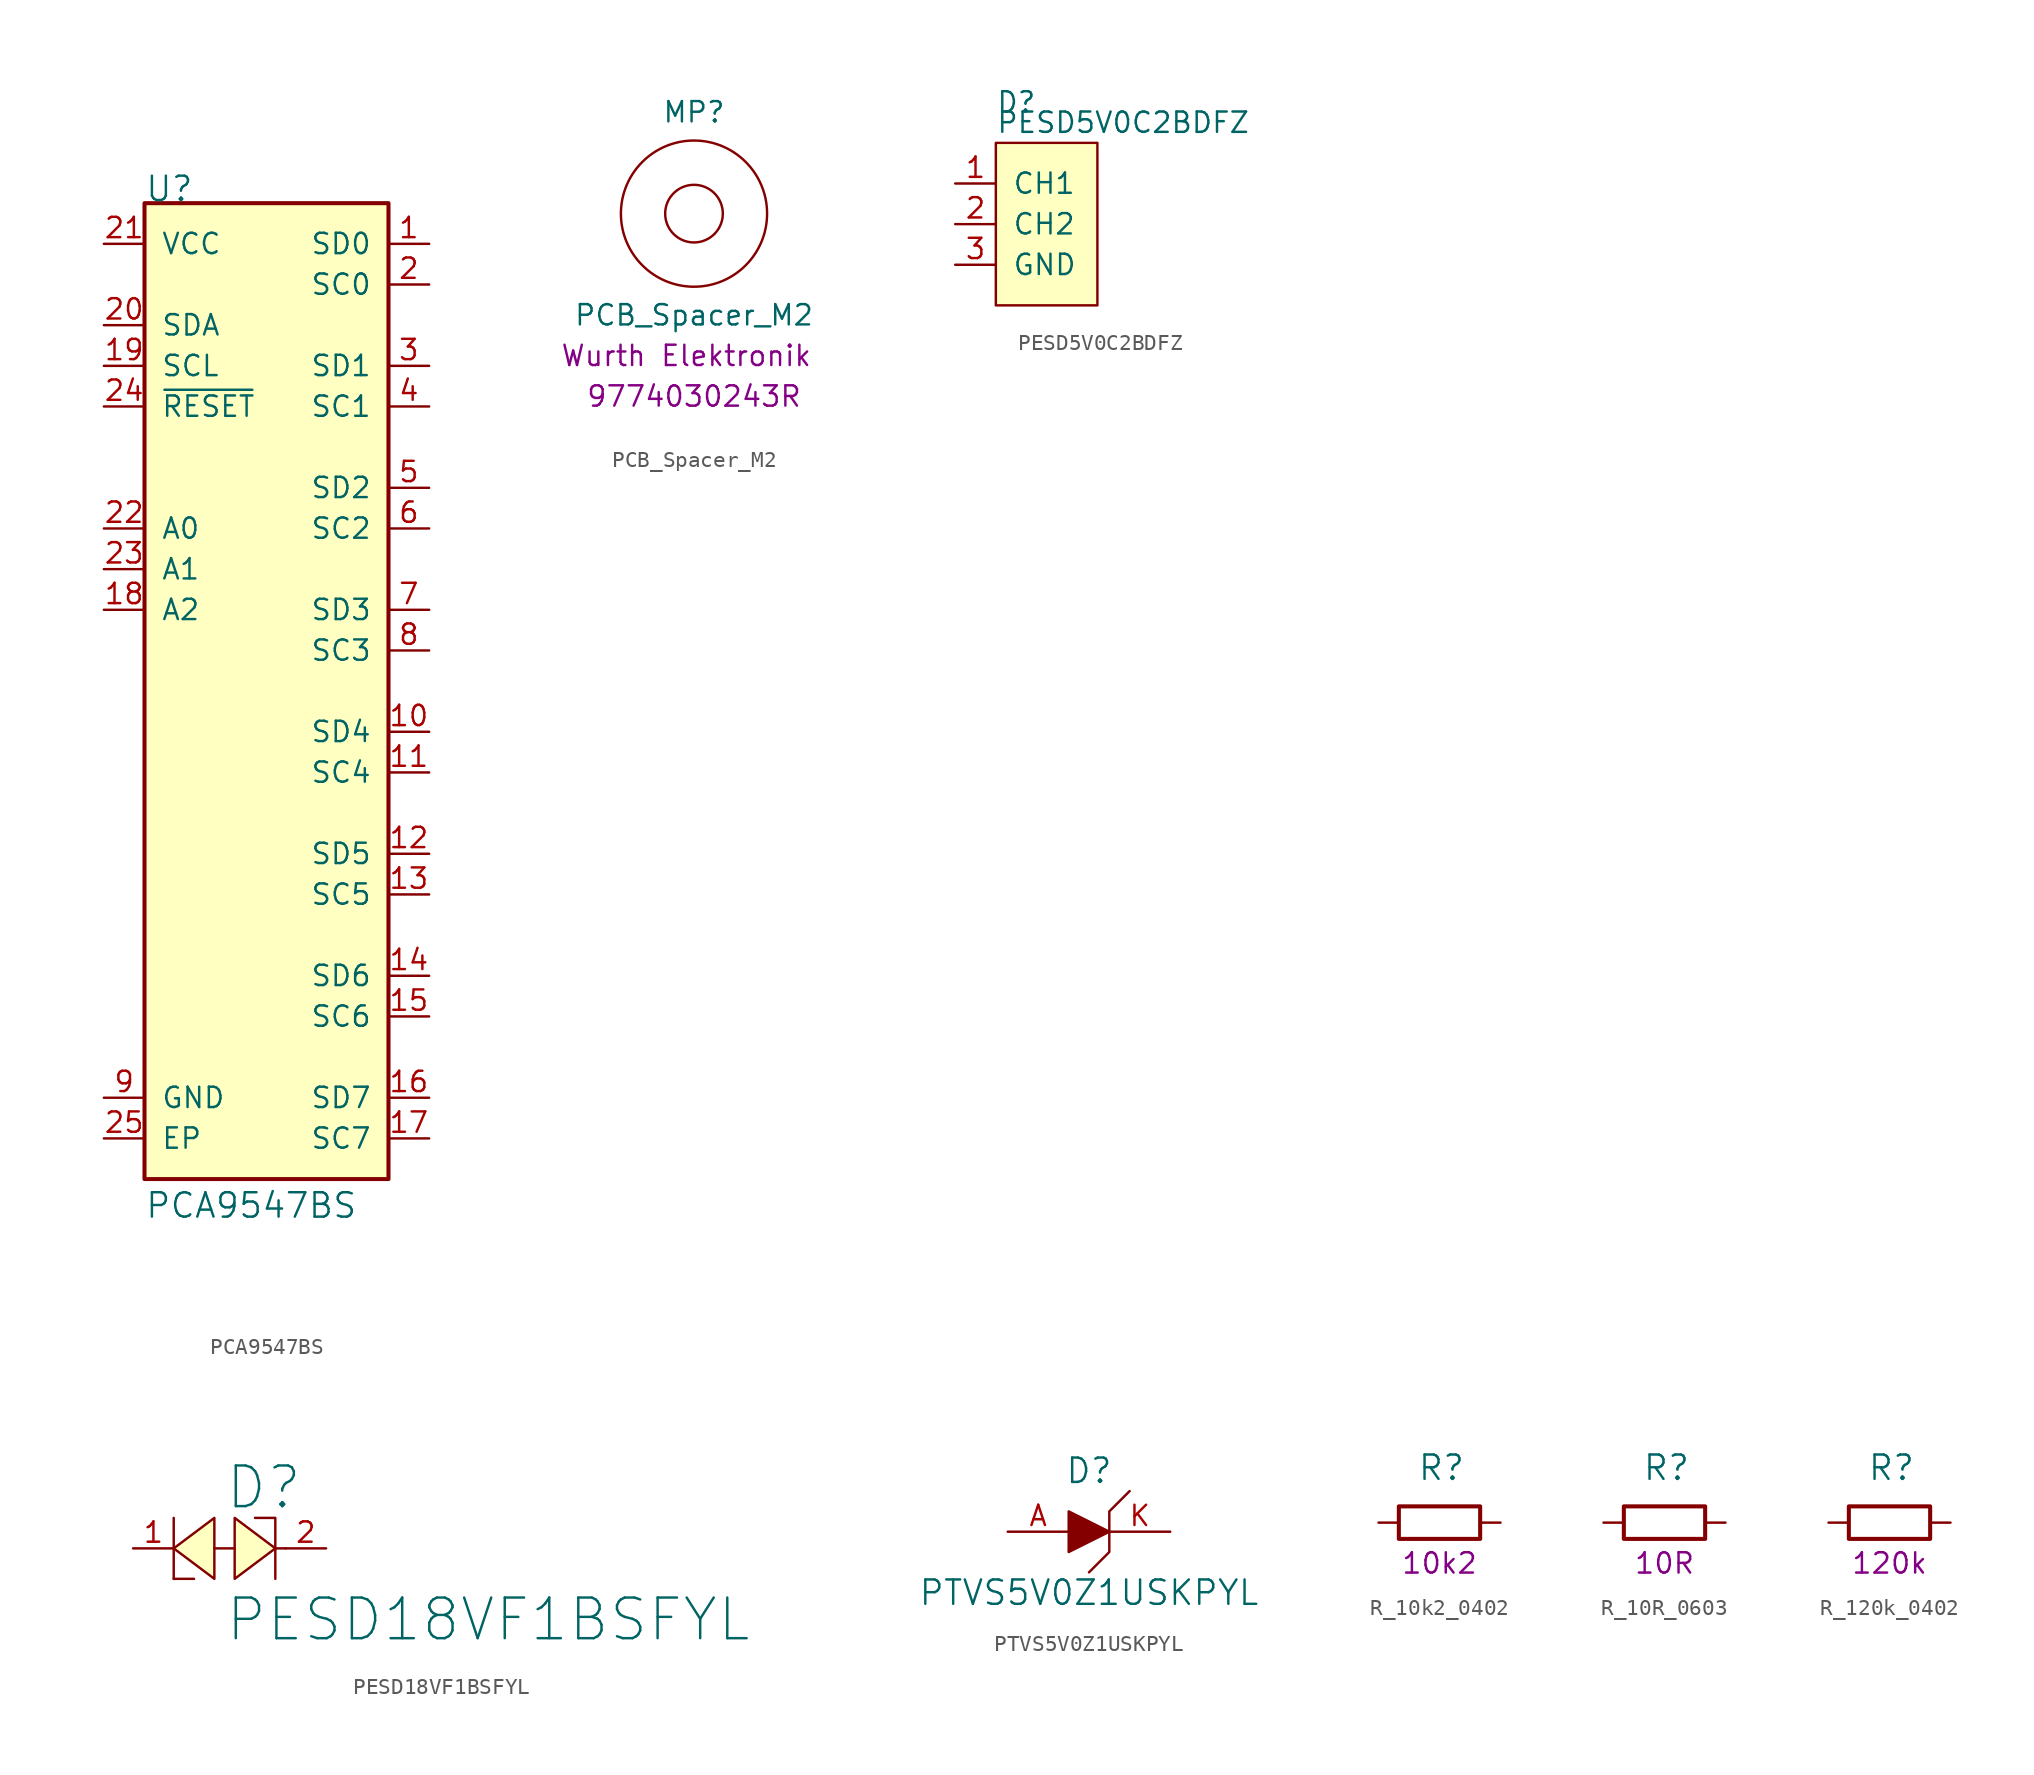
<source format=kicad_sym>
(kicad_symbol_lib
  (version 20211014)
  (generator kicad_symbol_editor)
  (symbol "PCA9547BS"
    (pin_names
      (offset 1.016))
    (property "Reference" "U"
      (at -10.16 30.48 0)
      (effects (font (size 1.524 1.524)) (justify left bottom)))
    (property "Value" "PCA9547BS"
      (at -10.16 -33.02 0)
      (effects (font (size 1.524 1.524)) (justify left bottom)))
    (symbol "PCA9547BS_0_1"
      (rectangle (start 5.08 -30.48) (end -10.16 30.48) (stroke (width 0.254) (type default) (color 0 0 0 0)) (fill (type background)))
      (pin bidirectional line (at 7.62 27.94 180) (length 2.54) (name "SD0" (effects (font (size 1.27 1.27)))) (number "1" (effects (font (size 1.27 1.27)))))
      (pin bidirectional line (at 7.62 -2.54 180) (length 2.54) (name "SD4" (effects (font (size 1.27 1.27)))) (number "10" (effects (font (size 1.27 1.27)))))
      (pin bidirectional line (at 7.62 -5.08 180) (length 2.54) (name "SC4" (effects (font (size 1.27 1.27)))) (number "11" (effects (font (size 1.27 1.27)))))
      (pin bidirectional line (at 7.62 -10.16 180) (length 2.54) (name "SD5" (effects (font (size 1.27 1.27)))) (number "12" (effects (font (size 1.27 1.27)))))
      (pin bidirectional line (at 7.62 -12.7 180) (length 2.54) (name "SC5" (effects (font (size 1.27 1.27)))) (number "13" (effects (font (size 1.27 1.27)))))
      (pin bidirectional line (at 7.62 -17.78 180) (length 2.54) (name "SD6" (effects (font (size 1.27 1.27)))) (number "14" (effects (font (size 1.27 1.27)))))
      (pin bidirectional line (at 7.62 -20.32 180) (length 2.54) (name "SC6" (effects (font (size 1.27 1.27)))) (number "15" (effects (font (size 1.27 1.27)))))
      (pin bidirectional line (at 7.62 -25.4 180) (length 2.54) (name "SD7" (effects (font (size 1.27 1.27)))) (number "16" (effects (font (size 1.27 1.27)))))
      (pin bidirectional line (at 7.62 -27.94 180) (length 2.54) (name "SC7" (effects (font (size 1.27 1.27)))) (number "17" (effects (font (size 1.27 1.27)))))
      (pin input line (at -12.7 5.08 0) (length 2.54) (name "A2" (effects (font (size 1.27 1.27)))) (number "18" (effects (font (size 1.27 1.27)))))
      (pin bidirectional line (at -12.7 20.32 0) (length 2.54) (name "SCL" (effects (font (size 1.27 1.27)))) (number "19" (effects (font (size 1.27 1.27)))))
      (pin bidirectional line (at 7.62 25.4 180) (length 2.54) (name "SC0" (effects (font (size 1.27 1.27)))) (number "2" (effects (font (size 1.27 1.27)))))
      (pin bidirectional line (at -12.7 22.86 0) (length 2.54) (name "SDA" (effects (font (size 1.27 1.27)))) (number "20" (effects (font (size 1.27 1.27)))))
      (pin power_in line (at -12.7 27.94 0) (length 2.54) (name "VCC" (effects (font (size 1.27 1.27)))) (number "21" (effects (font (size 1.27 1.27)))))
      (pin input line (at -12.7 10.16 0) (length 2.54) (name "A0" (effects (font (size 1.27 1.27)))) (number "22" (effects (font (size 1.27 1.27)))))
      (pin input line (at -12.7 7.62 0) (length 2.54) (name "A1" (effects (font (size 1.27 1.27)))) (number "23" (effects (font (size 1.27 1.27)))))
      (pin input line (at -12.7 17.78 0) (length 2.54) (name "~{RESET}" (effects (font (size 1.27 1.27)))) (number "24" (effects (font (size 1.27 1.27)))))
      (pin bidirectional line (at 7.62 20.32 180) (length 2.54) (name "SD1" (effects (font (size 1.27 1.27)))) (number "3" (effects (font (size 1.27 1.27)))))
      (pin bidirectional line (at 7.62 17.78 180) (length 2.54) (name "SC1" (effects (font (size 1.27 1.27)))) (number "4" (effects (font (size 1.27 1.27)))))
      (pin bidirectional line (at 7.62 12.7 180) (length 2.54) (name "SD2" (effects (font (size 1.27 1.27)))) (number "5" (effects (font (size 1.27 1.27)))))
      (pin bidirectional line (at 7.62 10.16 180) (length 2.54) (name "SC2" (effects (font (size 1.27 1.27)))) (number "6" (effects (font (size 1.27 1.27)))))
      (pin bidirectional line (at 7.62 5.08 180) (length 2.54) (name "SD3" (effects (font (size 1.27 1.27)))) (number "7" (effects (font (size 1.27 1.27)))))
      (pin bidirectional line (at 7.62 2.54 180) (length 2.54) (name "SC3" (effects (font (size 1.27 1.27)))) (number "8" (effects (font (size 1.27 1.27)))))
      (pin power_in line (at -12.7 -25.4 0) (length 2.54) (name "GND" (effects (font (size 1.27 1.27)))) (number "9" (effects (font (size 1.27 1.27))))))
    (symbol "PCA9547BS_1_1"
      (pin input line (at -12.7 -27.94 0) (length 2.54) (name "EP" (effects (font (size 1.27 1.27)))) (number "25" (effects (font (size 1.27 1.27)))))))
  (symbol "PCB_Spacer_M2"
    (pin_names
      (offset 1.016))
    (property "Reference" "MP"
      (at 0 6.35 0)
      (effects (font (size 1.27 1.27))))
    (property "Value" "PCB_Spacer_M2"
      (at 0 -6.35 0)
      (effects (font (size 1.27 1.27))))
    (property "MPN" "9774030243R"
      (at 0 -11.43 0)
      (effects (font (size 1.27 1.27))))
    (property "Manufacturer" "Wurth Elektronik "
      (at 0 -8.89 0)
      (effects (font (size 1.27 1.27))))
    (symbol "PCB_Spacer_M2_0_1"
      (circle (center 0 0) (radius 1.803) (stroke (width 0) (type default) (color 0 0 0 0)) (fill (type none)))
      (circle (center 0 0) (radius 4.572) (stroke (width 0) (type default) (color 0 0 0 0)) (fill (type none)))))
  (symbol "PESD5V0C2BDFZ"
    (pin_names
      (offset 1.016))
    (property "Reference" "D"
      (at -2.54 7.62 0)
      (effects (font (size 1.27 1.27)) (justify left)))
    (property "Value" "PESD5V0C2BDFZ"
      (at -2.54 6.35 0)
      (effects (font (size 1.27 1.27)) (justify left)))
    (symbol "PESD5V0C2BDFZ_0_1"
      (rectangle (start -2.54 5.08) (end 3.81 -5.08) (stroke (width 0) (type default) (color 0 0 0 0)) (fill (type background))))
    (symbol "PESD5V0C2BDFZ_1_1"
      (pin input line (at -5.08 2.54 0) (length 2.54) (name "CH1" (effects (font (size 1.27 1.27)))) (number "1" (effects (font (size 1.27 1.27)))))
      (pin input line (at -5.08 0 0) (length 2.54) (name "CH2" (effects (font (size 1.27 1.27)))) (number "2" (effects (font (size 1.27 1.27)))))
      (pin input line (at -5.08 -2.54 0) (length 2.54) (name "GND" (effects (font (size 1.27 1.27)))) (number "3" (effects (font (size 1.27 1.27)))))))
  (symbol "PESD18VF1BSFYL"
    (pin_names
      (offset 1.016))
    (property "Reference" "D"
      (at 0 3.81 0)
      (effects (font (size 2.54 2.54)) (justify left)))
    (property "Value" "PESD18VF1BSFYL"
      (at 0 -4.445 0)
      (effects (font (size 2.54 2.54)) (justify left)))
    (symbol "PESD18VF1BSFYL_0_1"
      (polyline (pts (xy -3.175 -1.905) (xy -3.175 1.905)) (stroke (width 0) (type default) (color 0 0 0 0)) (fill (type none)))
      (polyline (pts (xy -3.175 -1.905) (xy -1.905 -1.905)) (stroke (width 0) (type default) (color 0 0 0 0)) (fill (type none)))
      (polyline (pts (xy -0.635 0) (xy 0.635 0)) (stroke (width 0) (type default) (color 0 0 0 0)) (fill (type none)))
      (polyline (pts (xy 3.175 0) (xy 3.81 0)) (stroke (width 0) (type default) (color 0 0 0 0)) (fill (type none)))
      (polyline (pts (xy 3.175 -1.905) (xy 3.175 1.905) (xy 1.905 1.905)) (stroke (width 0) (type default) (color 0 0 0 0)) (fill (type none)))
      (polyline (pts (xy -3.175 0) (xy -0.635 1.905) (xy -0.635 -1.905) (xy -3.175 0)) (stroke (width 0) (type default) (color 0 0 0 0)) (fill (type background)))
      (polyline (pts (xy 0.635 1.905) (xy 0.635 -1.905) (xy 3.175 0) (xy 0.635 1.905)) (stroke (width 0) (type default) (color 0 0 0 0)) (fill (type background))))
    (symbol "PESD18VF1BSFYL_1_1"
      (pin input line (at -5.715 0 0) (length 2.54) (name "~" (effects (font (size 1.27 1.27)))) (number "1" (effects (font (size 1.27 1.27)))))
      (pin input line (at 6.35 0 180) (length 2.54) (name "~" (effects (font (size 1.27 1.27)))) (number "2" (effects (font (size 1.27 1.27)))))))
  (symbol "PTVS5V0Z1USKPYL"
    (pin_names
      (offset 1.016))
    (property "Reference" "D"
      (at 0 3.81 0)
      (effects (font (size 1.524 1.524))))
    (property "Value" "PTVS5V0Z1USKPYL"
      (at 0 -3.81 0)
      (effects (font (size 1.524 1.524))))
    (symbol "PTVS5V0Z1USKPYL_0_1"
      (polyline (pts (xy -1.27 1.27) (xy -1.27 -1.27) (xy 1.27 0) (xy -1.27 1.27)) (stroke (width 0) (type default) (color 0 0 0 0)) (fill (type outline)))
      (polyline (pts (xy 2.54 2.54) (xy 1.27 1.27) (xy 1.27 -1.27) (xy 0 -2.54)) (stroke (width 0) (type default) (color 0 0 0 0)) (fill (type none))))
    (symbol "PTVS5V0Z1USKPYL_1_1"
      (pin bidirectional line (at -5.08 0 0) (length 3.81) (name "~" (effects (font (size 1.27 1.27)))) (number "A" (effects (font (size 1.27 1.27)))))
      (pin bidirectional line (at 5.08 0 180) (length 3.81) (name "~" (effects (font (size 1.27 1.27)))) (number "K" (effects (font (size 1.27 1.27)))))))
  (symbol "R_10k2_0402"
    (pin_names
      (offset 0))
    (property "Reference" "R"
      (at -1.397 3.429 0)
      (effects (font (size 1.524 1.524)) (justify left)))
    (property "Val" "10k2"
      (at 0 -2.54 0)
      (effects (font (size 1.27 1.27))))
    (symbol "R_10k2_0402_1_1"
      (rectangle (start 2.54 -1.016) (end -2.54 1.016) (stroke (width 0.254) (type default) (color 0 0 0 0)) (fill (type none)))
      (pin passive line (at -3.81 0 0) (length 1.27) (name "~" (effects (font (size 0 0)))) (number "1" (effects (font (size 0 0)))))
      (pin passive line (at 3.81 0 180) (length 1.27) (name "~" (effects (font (size 0 0)))) (number "2" (effects (font (size 0 0)))))))
  (symbol "R_10R_0603"
    (pin_names
      (offset 0))
    (property "Reference" "R"
      (at -1.397 3.429 0)
      (effects (font (size 1.524 1.524)) (justify left)))
    (property "Val" "10R"
      (at 0 -2.54 0)
      (effects (font (size 1.27 1.27))))
    (symbol "R_10R_0603_1_1"
      (rectangle (start 2.54 -1.016) (end -2.54 1.016) (stroke (width 0.254) (type default) (color 0 0 0 0)) (fill (type none)))
      (pin passive line (at -3.81 0 0) (length 1.27) (name "~" (effects (font (size 0 0)))) (number "1" (effects (font (size 0 0)))))
      (pin passive line (at 3.81 0 180) (length 1.27) (name "~" (effects (font (size 0 0)))) (number "2" (effects (font (size 0 0)))))))
  (symbol "R_120k_0402"
    (pin_names
      (offset 0))
    (property "Reference" "R"
      (at -1.397 3.429 0)
      (effects (font (size 1.524 1.524)) (justify left)))
    (property "Val" "120k"
      (at 0 -2.54 0)
      (effects (font (size 1.27 1.27))))
    (symbol "R_120k_0402_1_1"
      (rectangle (start 2.54 -1.016) (end -2.54 1.016) (stroke (width 0.254) (type default) (color 0 0 0 0)) (fill (type none)))
      (pin passive line (at -3.81 0 0) (length 1.27) (name "~" (effects (font (size 0 0)))) (number "1" (effects (font (size 0 0)))))
      (pin passive line (at 3.81 0 180) (length 1.27) (name "~" (effects (font (size 0 0)))) (number "2" (effects (font (size 0 0))))))))
</source>
